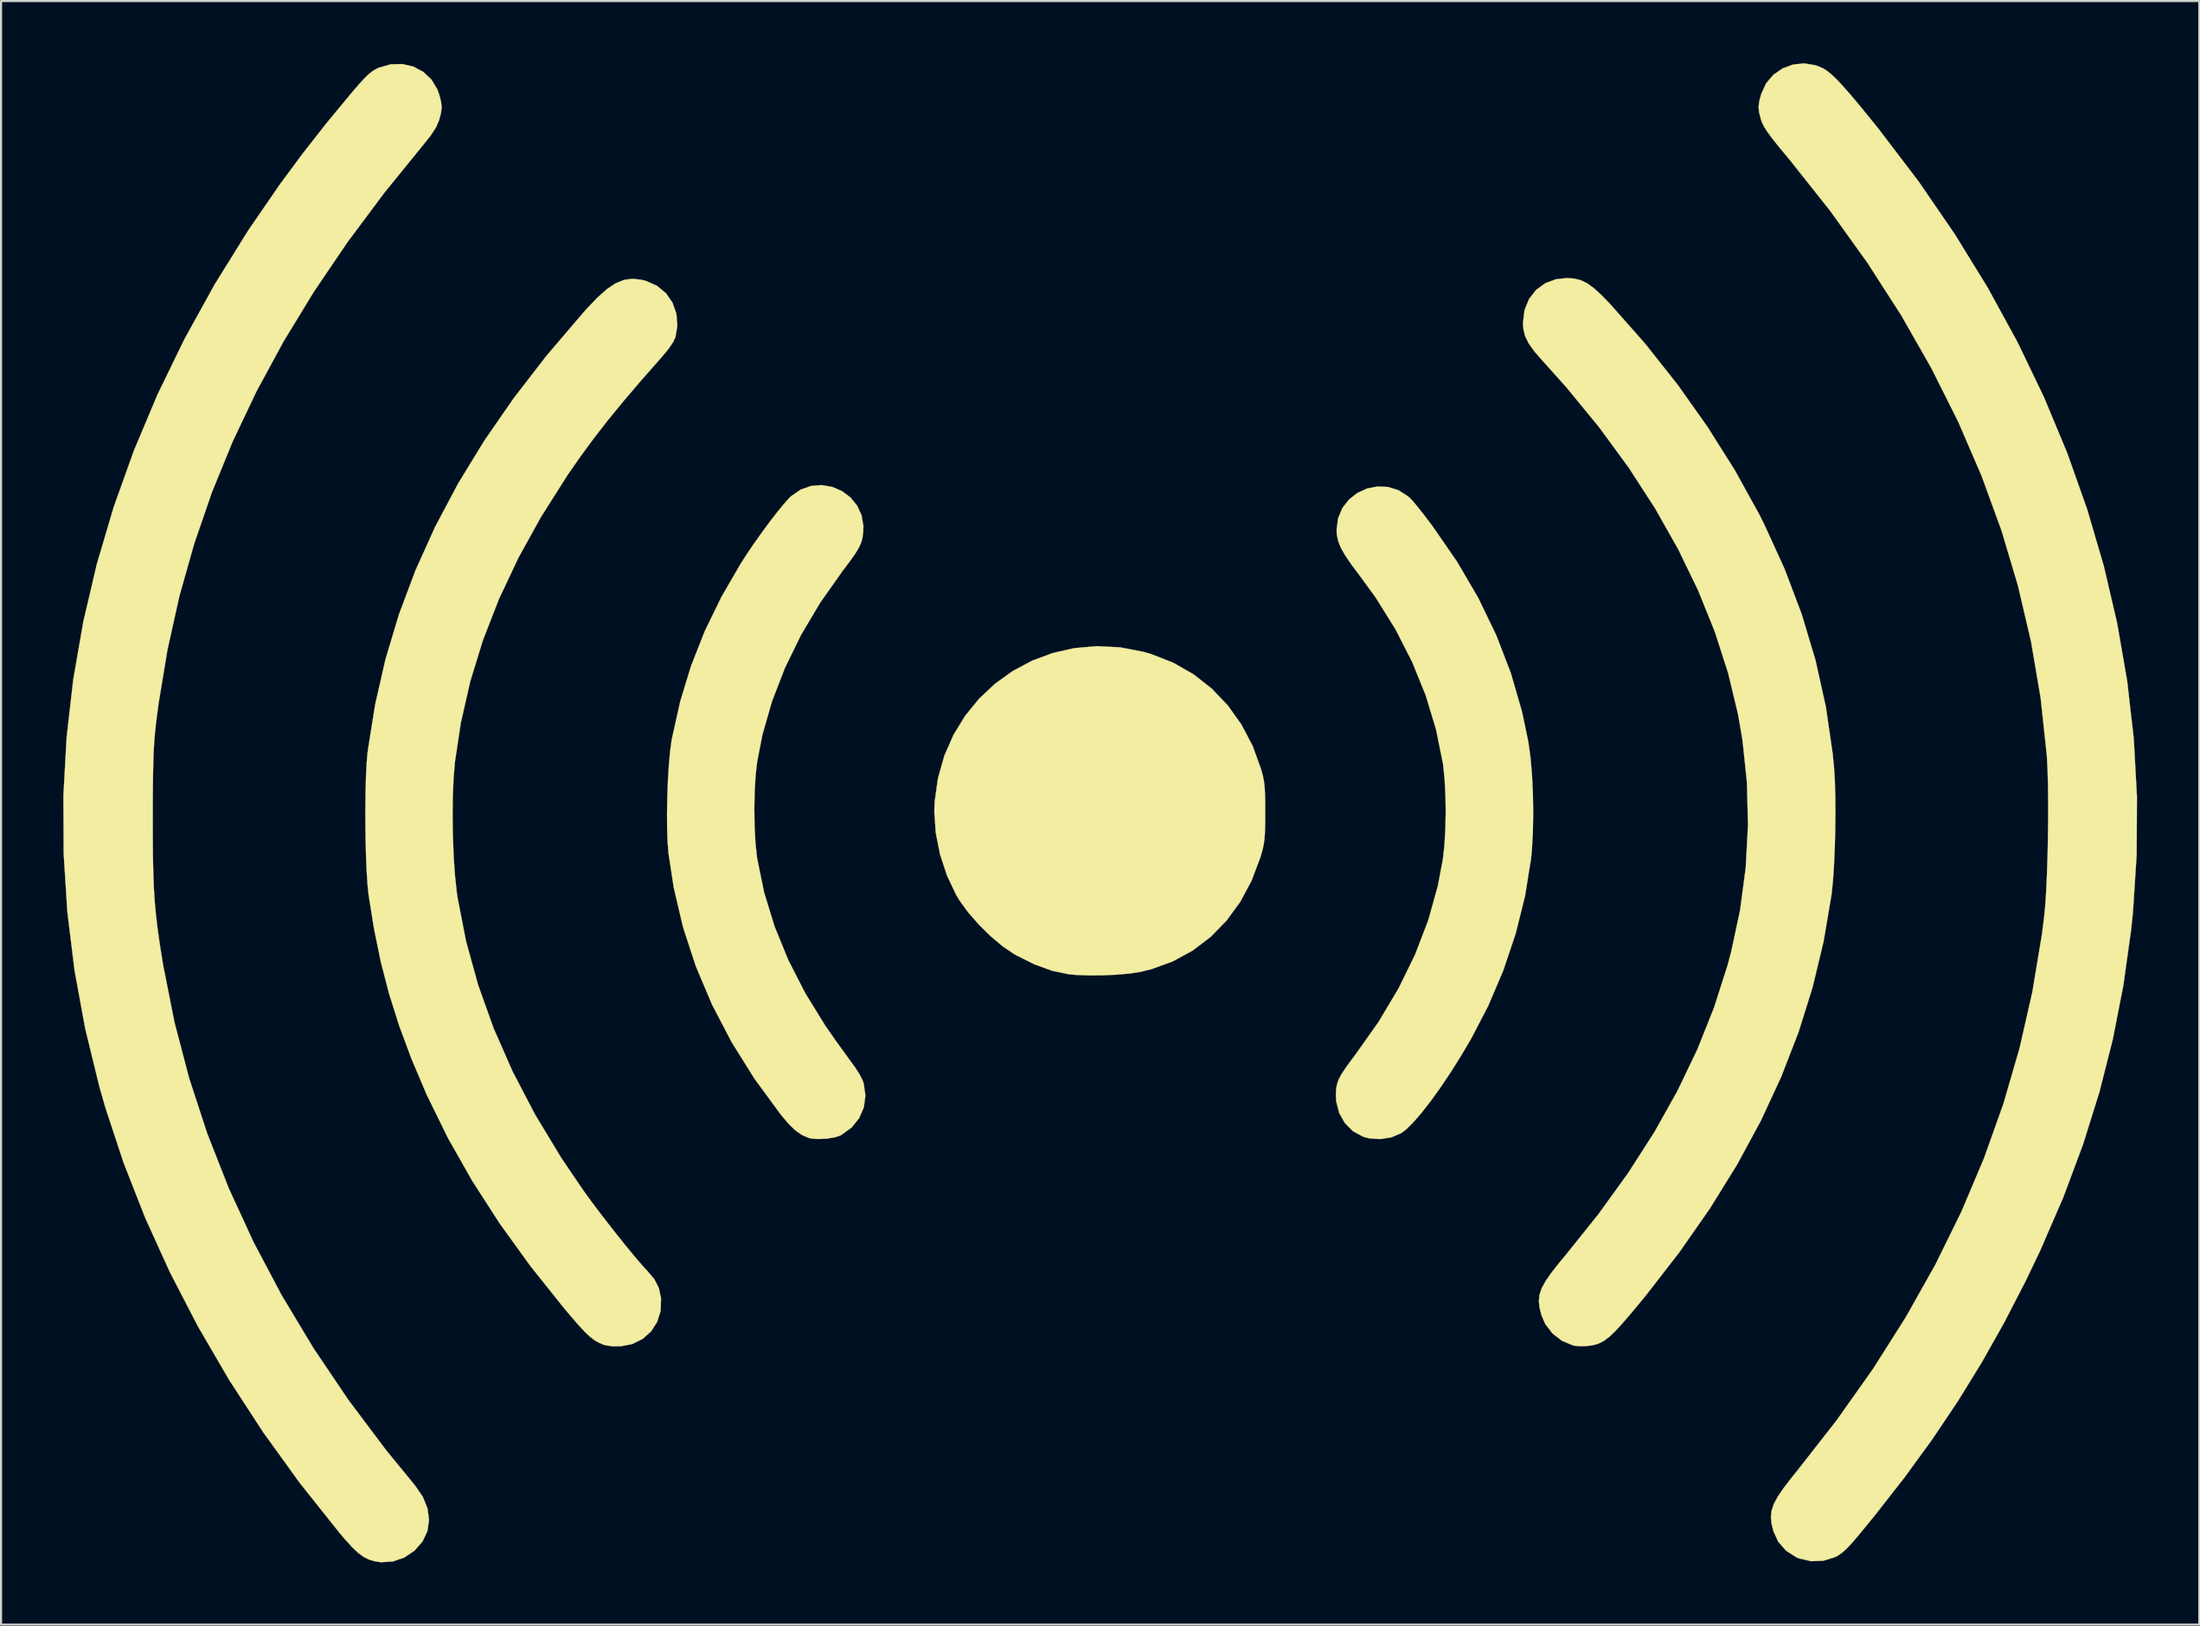
<source format=kicad_pcb>
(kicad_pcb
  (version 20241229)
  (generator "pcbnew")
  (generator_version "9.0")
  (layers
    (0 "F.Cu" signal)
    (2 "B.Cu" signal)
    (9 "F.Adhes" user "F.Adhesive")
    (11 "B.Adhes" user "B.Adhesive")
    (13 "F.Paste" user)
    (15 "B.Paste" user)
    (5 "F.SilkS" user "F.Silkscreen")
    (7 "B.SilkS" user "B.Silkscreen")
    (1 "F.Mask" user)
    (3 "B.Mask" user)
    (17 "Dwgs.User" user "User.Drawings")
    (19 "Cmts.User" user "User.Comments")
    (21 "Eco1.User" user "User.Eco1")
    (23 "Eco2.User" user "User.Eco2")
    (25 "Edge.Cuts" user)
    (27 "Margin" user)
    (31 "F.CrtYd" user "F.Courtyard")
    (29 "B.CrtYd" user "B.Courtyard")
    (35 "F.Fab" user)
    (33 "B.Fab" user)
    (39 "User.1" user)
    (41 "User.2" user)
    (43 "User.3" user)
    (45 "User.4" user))
  (footprint "rfid_7x20_F"
    (layer "F.Cu")
    (at 49.898 36.108)
    (property "Reference" "rfid_7x20_F" (at 0 0 0) (layer "F.SilkS") (effects (font (size 1.524 1.524) (thickness 0.3))))
    (attr through_hole)
    (fp_poly (pts (xy 1.002 -7.969) (xy 2.129 -7.753) (xy 2.496 -7.647) (xy 3.562 -7.229) (xy 4.54 -6.671) (xy 5.419 -5.981) (xy 6.194 -5.168) (xy 6.855 -4.24) (xy 7.394 -3.207) (xy 7.803 -2.077) (xy 7.808 -2.059) (xy 7.882 -1.779) (xy 7.935 -1.513) (xy 7.968 -1.221) (xy 7.987 -0.866) (xy 7.995 -0.408) (xy 7.995 0) (xy 7.992 0.538) (xy 7.981 0.946) (xy 7.959 1.264) (xy 7.921 1.533) (xy 7.864 1.792) (xy 7.781 2.081) (xy 7.759 2.156) (xy 7.336 3.277) (xy 6.791 4.293) (xy 6.132 5.197) (xy 5.368 5.98) (xy 4.505 6.636) (xy 3.553 7.157) (xy 2.519 7.535) (xy 1.99 7.665) (xy 1.484 7.744) (xy 0.866 7.8) (xy 0.192 7.832) (xy -0.482 7.838) (xy -1.1 7.815) (xy -1.469 7.782) (xy -2.269 7.614) (xy -3.122 7.305) (xy -4.007 6.863) (xy -4.106 6.806) (xy -4.663 6.428) (xy -5.246 5.936) (xy -5.816 5.372) (xy -6.331 4.778) (xy -6.751 4.195) (xy -6.881 3.979) (xy -7.333 3.027) (xy -7.668 2.009) (xy -7.875 0.967) (xy -7.945 -0.059) (xy -7.93 -0.509) (xy -7.769 -1.661) (xy -7.463 -2.743) (xy -7.023 -3.748) (xy -6.461 -4.667) (xy -5.789 -5.493) (xy -5.019 -6.217) (xy -4.162 -6.831) (xy -3.231 -7.327) (xy -2.237 -7.697) (xy -1.192 -7.932) (xy -0.108 -8.026) (xy 1.002 -7.969)) (stroke (width 0.01) (type solid)) (fill yes) (layer "F.SilkS"))
    (fp_poly (pts (xy 13.908 -15.696) (xy 14.409 -15.541) (xy 14.876 -15.243) (xy 15.008 -15.122) (xy 15.153 -14.96) (xy 15.372 -14.693) (xy 15.639 -14.354) (xy 15.928 -13.976) (xy 16.039 -13.828) (xy 17.233 -12.098) (xy 18.261 -10.34) (xy 19.125 -8.55) (xy 19.826 -6.726) (xy 20.365 -4.863) (xy 20.666 -3.429) (xy 20.768 -2.696) (xy 20.843 -1.843) (xy 20.888 -0.918) (xy 20.903 0.03) (xy 20.886 0.954) (xy 20.838 1.806) (xy 20.796 2.233) (xy 20.508 4.019) (xy 20.062 5.811) (xy 19.467 7.585) (xy 18.733 9.312) (xy 17.91 10.891) (xy 17.423 11.716) (xy 16.929 12.502) (xy 16.44 13.232) (xy 15.967 13.889) (xy 15.524 14.458) (xy 15.123 14.922) (xy 14.775 15.264) (xy 14.546 15.437) (xy 14.075 15.638) (xy 13.538 15.724) (xy 12.999 15.688) (xy 12.711 15.609) (xy 12.223 15.344) (xy 11.834 14.956) (xy 11.559 14.47) (xy 11.416 13.912) (xy 11.399 13.631) (xy 11.408 13.347) (xy 11.446 13.101) (xy 11.528 12.861) (xy 11.668 12.595) (xy 11.88 12.274) (xy 12.18 11.865) (xy 12.318 11.684) (xy 13.454 10.076) (xy 14.421 8.456) (xy 15.219 6.822) (xy 15.85 5.173) (xy 16.313 3.51) (xy 16.552 2.241) (xy 16.627 1.572) (xy 16.672 0.793) (xy 16.689 -0.04) (xy 16.676 -0.874) (xy 16.633 -1.655) (xy 16.561 -2.327) (xy 16.555 -2.371) (xy 16.222 -4.015) (xy 15.727 -5.65) (xy 15.074 -7.262) (xy 14.27 -8.837) (xy 13.32 -10.361) (xy 12.552 -11.417) (xy 12.15 -11.952) (xy 11.851 -12.389) (xy 11.643 -12.756) (xy 11.513 -13.077) (xy 11.447 -13.378) (xy 11.432 -13.631) (xy 11.506 -14.194) (xy 11.714 -14.684) (xy 12.031 -15.092) (xy 12.432 -15.407) (xy 12.895 -15.619) (xy 13.395 -15.719) (xy 13.908 -15.696)) (stroke (width 0.01) (type solid)) (fill yes) (layer "F.SilkS"))
    (fp_poly (pts (xy -12.862 -15.699) (xy -12.399 -15.5) (xy -11.994 -15.2) (xy -11.67 -14.81) (xy -11.451 -14.343) (xy -11.359 -13.808) (xy -11.37 -13.505) (xy -11.404 -13.256) (xy -11.462 -13.033) (xy -11.559 -12.806) (xy -11.711 -12.545) (xy -11.934 -12.222) (xy -12.243 -11.807) (xy -12.365 -11.647) (xy -13.436 -10.13) (xy -14.362 -8.57) (xy -15.139 -6.98) (xy -15.762 -5.37) (xy -16.225 -3.753) (xy -16.475 -2.473) (xy -16.551 -1.812) (xy -16.598 -1.038) (xy -16.615 -0.206) (xy -16.603 0.632) (xy -16.562 1.421) (xy -16.491 2.106) (xy -16.475 2.219) (xy -16.14 3.847) (xy -15.64 5.475) (xy -14.978 7.096) (xy -14.158 8.7) (xy -13.184 10.278) (xy -12.662 11.026) (xy -12.39 11.401) (xy -12.119 11.776) (xy -11.883 12.101) (xy -11.747 12.289) (xy -11.562 12.576) (xy -11.412 12.862) (xy -11.346 13.032) (xy -11.263 13.625) (xy -11.339 14.193) (xy -11.564 14.714) (xy -11.927 15.164) (xy -12.42 15.522) (xy -12.473 15.551) (xy -12.747 15.641) (xy -13.116 15.7) (xy -13.508 15.721) (xy -13.852 15.7) (xy -13.99 15.669) (xy -14.32 15.527) (xy -14.635 15.307) (xy -14.966 14.986) (xy -15.338 14.545) (xy -16.604 12.817) (xy -17.709 11.049) (xy -18.651 9.242) (xy -19.431 7.398) (xy -20.046 5.519) (xy -20.495 3.609) (xy -20.748 1.949) (xy -20.791 1.415) (xy -20.814 0.76) (xy -20.819 0.025) (xy -20.806 -0.75) (xy -20.777 -1.525) (xy -20.733 -2.261) (xy -20.675 -2.917) (xy -20.604 -3.453) (xy -20.586 -3.556) (xy -20.185 -5.356) (xy -19.66 -7.077) (xy -19.002 -8.748) (xy -18.199 -10.396) (xy -17.264 -12.011) (xy -16.951 -12.496) (xy -16.597 -13.015) (xy -16.223 -13.541) (xy -15.849 -14.047) (xy -15.495 -14.504) (xy -15.183 -14.885) (xy -14.932 -15.164) (xy -14.843 -15.251) (xy -14.374 -15.572) (xy -13.873 -15.746) (xy -13.361 -15.785) (xy -12.862 -15.699)) (stroke (width 0.01) (type solid)) (fill yes) (layer "F.SilkS"))
    (fp_poly (pts (xy 22.88 -25.736) (xy 23.197 -25.657) (xy 23.504 -25.508) (xy 23.83 -25.271) (xy 24.202 -24.93) (xy 24.635 -24.481) (xy 26.299 -22.595) (xy 27.862 -20.62) (xy 29.307 -18.579) (xy 30.619 -16.496) (xy 31.782 -14.392) (xy 32.006 -13.948) (xy 33.007 -11.76) (xy 33.84 -9.556) (xy 34.504 -7.337) (xy 35 -5.1) (xy 35.328 -2.846) (xy 35.397 -2.13) (xy 35.434 -1.507) (xy 35.455 -0.766) (xy 35.46 0.053) (xy 35.45 0.909) (xy 35.426 1.763) (xy 35.389 2.574) (xy 35.339 3.302) (xy 35.277 3.906) (xy 35.267 3.979) (xy 34.889 6.208) (xy 34.362 8.403) (xy 33.684 10.57) (xy 32.853 12.714) (xy 31.867 14.841) (xy 30.723 16.955) (xy 29.417 19.062) (xy 27.949 21.167) (xy 26.316 23.275) (xy 25.635 24.096) (xy 25.204 24.598) (xy 24.852 24.98) (xy 24.556 25.261) (xy 24.293 25.456) (xy 24.04 25.582) (xy 23.776 25.656) (xy 23.484 25.695) (xy 23.178 25.703) (xy 22.898 25.68) (xy 22.818 25.664) (xy 22.287 25.442) (xy 21.832 25.089) (xy 21.483 24.633) (xy 21.298 24.204) (xy 21.209 23.847) (xy 21.175 23.528) (xy 21.206 23.222) (xy 21.313 22.907) (xy 21.504 22.557) (xy 21.79 22.148) (xy 22.179 21.655) (xy 22.436 21.348) (xy 24.038 19.349) (xy 25.475 17.36) (xy 26.748 15.373) (xy 27.86 13.386) (xy 28.814 11.393) (xy 29.613 9.388) (xy 30.259 7.368) (xy 30.438 6.704) (xy 30.869 4.686) (xy 31.14 2.64) (xy 31.249 0.581) (xy 31.197 -1.474) (xy 30.982 -3.509) (xy 30.77 -4.741) (xy 30.293 -6.726) (xy 29.651 -8.719) (xy 28.847 -10.712) (xy 27.884 -12.701) (xy 26.765 -14.679) (xy 25.494 -16.641) (xy 24.074 -18.579) (xy 22.508 -20.489) (xy 21.345 -21.788) (xy 20.952 -22.237) (xy 20.68 -22.621) (xy 20.51 -22.973) (xy 20.427 -23.327) (xy 20.41 -23.622) (xy 20.488 -24.226) (xy 20.703 -24.754) (xy 21.04 -25.188) (xy 21.482 -25.512) (xy 22.011 -25.708) (xy 22.526 -25.761) (xy 22.88 -25.736)) (stroke (width 0.01) (type solid)) (fill yes) (layer "F.SilkS"))
    (fp_poly (pts (xy -33.035 -35.948) (xy -32.558 -35.694) (xy -32.164 -35.322) (xy -31.878 -34.843) (xy -31.797 -34.618) (xy -31.704 -34.264) (xy -31.674 -33.988) (xy -31.707 -33.71) (xy -31.796 -33.374) (xy -31.942 -33.029) (xy -32.198 -32.635) (xy -32.48 -32.279) (xy -34.427 -29.882) (xy -36.208 -27.494) (xy -37.826 -25.107) (xy -39.286 -22.714) (xy -40.589 -20.31) (xy -41.74 -17.887) (xy -42.741 -15.438) (xy -43.596 -12.956) (xy -44.307 -10.436) (xy -44.878 -7.868) (xy -45.313 -5.248) (xy -45.438 -4.276) (xy -45.48 -3.886) (xy -45.514 -3.482) (xy -45.541 -3.041) (xy -45.561 -2.54) (xy -45.575 -1.956) (xy -45.584 -1.266) (xy -45.589 -0.449) (xy -45.59 0.296) (xy -45.588 1.312) (xy -45.58 2.188) (xy -45.563 2.953) (xy -45.536 3.636) (xy -45.496 4.268) (xy -45.442 4.876) (xy -45.37 5.491) (xy -45.28 6.142) (xy -45.169 6.858) (xy -45.08 7.396) (xy -44.541 10.108) (xy -43.836 12.796) (xy -42.965 15.457) (xy -41.931 18.09) (xy -40.734 20.69) (xy -39.376 23.254) (xy -37.859 25.781) (xy -36.184 28.266) (xy -34.352 30.708) (xy -32.964 32.404) (xy -32.583 32.956) (xy -32.355 33.52) (xy -32.282 34.078) (xy -32.362 34.614) (xy -32.596 35.111) (xy -32.983 35.554) (xy -32.988 35.557) (xy -33.481 35.888) (xy -34.03 36.075) (xy -34.599 36.111) (xy -34.917 36.061) (xy -35.19 35.976) (xy -35.442 35.848) (xy -35.7 35.658) (xy -35.987 35.384) (xy -36.331 35.005) (xy -36.602 34.687) (xy -38.505 32.296) (xy -40.278 29.837) (xy -41.915 27.32) (xy -43.41 24.754) (xy -44.759 22.149) (xy -45.956 19.515) (xy -46.996 16.861) (xy -47.875 14.197) (xy -48.167 13.174) (xy -48.848 10.38) (xy -49.36 7.578) (xy -49.704 4.772) (xy -49.882 1.965) (xy -49.893 -0.84) (xy -49.738 -3.64) (xy -49.418 -6.43) (xy -48.934 -9.209) (xy -48.286 -11.973) (xy -47.475 -14.718) (xy -46.501 -17.441) (xy -45.366 -20.139) (xy -44.069 -22.809) (xy -42.612 -25.448) (xy -40.996 -28.051) (xy -39.476 -30.262) (xy -38.374 -31.753) (xy -37.232 -33.211) (xy -36.017 -34.679) (xy -35.665 -35.088) (xy -35.392 -35.387) (xy -35.173 -35.598) (xy -34.983 -35.746) (xy -34.797 -35.852) (xy -34.705 -35.894) (xy -34.133 -36.059) (xy -33.568 -36.073) (xy -33.035 -35.948)) (stroke (width 0.01) (type solid)) (fill yes) (layer "F.SilkS"))
    (fp_poly (pts (xy -22.049 -25.679) (xy -21.836 -25.624) (xy -21.301 -25.387) (xy -20.87 -25.029) (xy -20.555 -24.575) (xy -20.369 -24.048) (xy -20.322 -23.469) (xy -20.411 -22.918) (xy -20.527 -22.672) (xy -20.753 -22.342) (xy -21.074 -21.953) (xy -21.109 -21.914) (xy -22.061 -20.833) (xy -22.906 -19.842) (xy -23.663 -18.917) (xy -24.35 -18.034) (xy -24.985 -17.171) (xy -25.588 -16.303) (xy -25.624 -16.25) (xy -26.886 -14.258) (xy -27.982 -12.276) (xy -28.914 -10.298) (xy -29.685 -8.319) (xy -30.296 -6.332) (xy -30.751 -4.331) (xy -31.034 -2.455) (xy -31.099 -1.693) (xy -31.137 -0.811) (xy -31.149 0.147) (xy -31.134 1.135) (xy -31.096 2.108) (xy -31.033 3.02) (xy -30.947 3.826) (xy -30.91 4.087) (xy -30.5 6.19) (xy -29.921 8.288) (xy -29.174 10.379) (xy -28.258 12.464) (xy -27.173 14.544) (xy -25.92 16.619) (xy -24.816 18.246) (xy -24.489 18.696) (xy -24.11 19.201) (xy -23.699 19.735) (xy -23.278 20.272) (xy -22.865 20.788) (xy -22.482 21.256) (xy -22.149 21.652) (xy -21.885 21.949) (xy -21.784 22.056) (xy -21.431 22.472) (xy -21.215 22.894) (xy -21.11 23.375) (xy -21.108 23.399) (xy -21.125 23.989) (xy -21.29 24.525) (xy -21.585 24.986) (xy -21.993 25.351) (xy -22.495 25.599) (xy -23.054 25.708) (xy -23.461 25.706) (xy -23.805 25.652) (xy -23.886 25.627) (xy -24.106 25.533) (xy -24.314 25.412) (xy -24.53 25.245) (xy -24.774 25.015) (xy -25.066 24.703) (xy -25.426 24.289) (xy -25.761 23.892) (xy -27.4 21.839) (xy -28.876 19.794) (xy -30.195 17.747) (xy -31.363 15.687) (xy -32.386 13.606) (xy -33.13 11.853) (xy -33.718 10.267) (xy -34.206 8.725) (xy -34.608 7.175) (xy -34.938 5.563) (xy -35.19 3.979) (xy -35.241 3.501) (xy -35.283 2.887) (xy -35.315 2.17) (xy -35.336 1.384) (xy -35.348 0.563) (xy -35.349 -0.261) (xy -35.339 -1.053) (xy -35.318 -1.781) (xy -35.286 -2.412) (xy -35.242 -2.911) (xy -35.236 -2.963) (xy -34.88 -5.201) (xy -34.38 -7.395) (xy -33.733 -9.551) (xy -32.937 -11.676) (xy -31.989 -13.775) (xy -30.887 -15.853) (xy -29.626 -17.916) (xy -28.206 -19.97) (xy -26.622 -22.021) (xy -24.871 -24.074) (xy -24.69 -24.276) (xy -24.168 -24.825) (xy -23.706 -25.235) (xy -23.284 -25.515) (xy -22.88 -25.676) (xy -22.476 -25.727) (xy -22.049 -25.679)) (stroke (width 0.01) (type solid)) (fill yes) (layer "F.SilkS"))
    (fp_poly (pts (xy 34.508 -36.013) (xy 34.842 -35.878) (xy 35.027 -35.766) (xy 35.237 -35.6) (xy 35.483 -35.37) (xy 35.776 -35.062) (xy 36.128 -34.665) (xy 36.548 -34.167) (xy 37.049 -33.556) (xy 37.582 -32.893) (xy 39.471 -30.411) (xy 41.208 -27.879) (xy 42.793 -25.302) (xy 44.225 -22.684) (xy 45.502 -20.028) (xy 46.622 -17.341) (xy 47.584 -14.625) (xy 48.388 -11.886) (xy 49.031 -9.127) (xy 49.512 -6.354) (xy 49.83 -3.57) (xy 49.983 -0.779) (xy 49.97 2.013) (xy 49.79 4.803) (xy 49.699 5.674) (xy 49.328 8.321) (xy 48.821 10.914) (xy 48.173 13.468) (xy 47.379 16.002) (xy 46.434 18.533) (xy 45.333 21.076) (xy 44.621 22.564) (xy 43.584 24.574) (xy 42.501 26.495) (xy 41.355 28.356) (xy 40.124 30.189) (xy 38.79 32.023) (xy 37.332 33.887) (xy 36.629 34.746) (xy 36.285 35.151) (xy 36.013 35.444) (xy 35.787 35.649) (xy 35.58 35.793) (xy 35.437 35.867) (xy 34.876 36.039) (xy 34.286 36.06) (xy 33.714 35.929) (xy 33.57 35.869) (xy 33.078 35.552) (xy 32.706 35.124) (xy 32.473 34.614) (xy 32.385 34.258) (xy 32.352 33.936) (xy 32.385 33.627) (xy 32.493 33.304) (xy 32.686 32.945) (xy 32.973 32.524) (xy 33.363 32.019) (xy 33.605 31.72) (xy 35.521 29.269) (xy 37.271 26.795) (xy 38.854 24.297) (xy 40.273 21.773) (xy 41.529 19.218) (xy 42.623 16.63) (xy 43.556 14.007) (xy 44.329 11.345) (xy 44.944 8.642) (xy 45.402 5.895) (xy 45.517 4.995) (xy 45.568 4.46) (xy 45.611 3.788) (xy 45.647 3.011) (xy 45.676 2.161) (xy 45.695 1.27) (xy 45.706 0.371) (xy 45.707 -0.505) (xy 45.698 -1.325) (xy 45.679 -2.057) (xy 45.648 -2.669) (xy 45.64 -2.787) (xy 45.345 -5.525) (xy 44.884 -8.24) (xy 44.255 -10.93) (xy 43.46 -13.594) (xy 42.498 -16.232) (xy 41.372 -18.842) (xy 40.079 -21.424) (xy 38.623 -23.976) (xy 37.001 -26.498) (xy 35.216 -28.987) (xy 33.268 -31.444) (xy 33.129 -31.611) (xy 32.718 -32.108) (xy 32.406 -32.5) (xy 32.18 -32.809) (xy 32.023 -33.054) (xy 31.922 -33.257) (xy 31.878 -33.383) (xy 31.787 -33.73) (xy 31.758 -34.003) (xy 31.792 -34.281) (xy 31.883 -34.621) (xy 32.117 -35.136) (xy 32.47 -35.553) (xy 32.913 -35.861) (xy 33.419 -36.048) (xy 33.96 -36.103) (xy 34.508 -36.013)) (stroke (width 0.01) (type solid)) (fill yes) (layer "F.SilkS")))
  (gr_rect
    (start -3 -3)
    (end 102.885 75.224)
    (stroke (width 0.1) (type default))
    (fill no)
    (layer "Edge.Cuts")))
</source>
